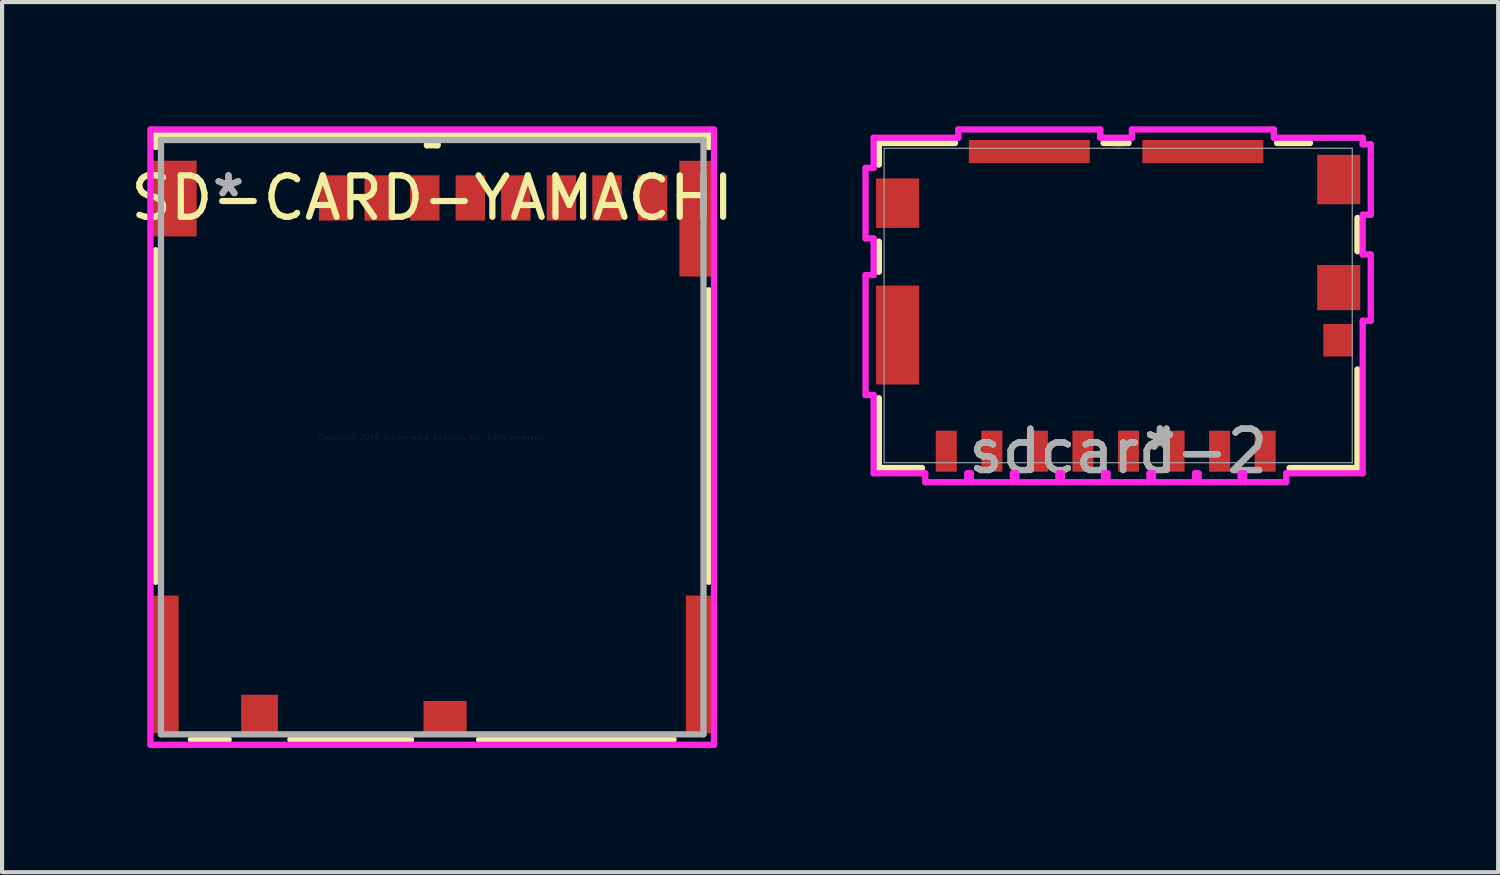
<source format=kicad_pcb>
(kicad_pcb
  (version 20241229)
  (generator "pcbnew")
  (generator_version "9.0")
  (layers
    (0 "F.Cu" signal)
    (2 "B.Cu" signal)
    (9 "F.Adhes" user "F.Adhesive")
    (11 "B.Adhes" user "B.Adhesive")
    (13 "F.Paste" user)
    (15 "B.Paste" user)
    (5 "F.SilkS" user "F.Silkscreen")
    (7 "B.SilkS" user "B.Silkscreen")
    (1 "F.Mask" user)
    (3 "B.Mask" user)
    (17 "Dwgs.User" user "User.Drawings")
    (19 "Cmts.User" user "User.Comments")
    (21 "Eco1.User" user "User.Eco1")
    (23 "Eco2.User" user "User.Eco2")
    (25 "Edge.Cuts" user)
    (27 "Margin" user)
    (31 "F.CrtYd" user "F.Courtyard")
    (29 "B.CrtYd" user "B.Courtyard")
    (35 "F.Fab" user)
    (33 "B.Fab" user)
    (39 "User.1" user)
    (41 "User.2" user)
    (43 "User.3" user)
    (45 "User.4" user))
  (footprint "SD-CARD-YAMACHI"
    (layer "F.Cu")
    (at 7.387 7.506)
    (property "Reference" "SD-CARD-YAMACHI" (at 0 -5.776 0) (layer "F.SilkS") (effects (font (size 1 1) (thickness 0.15))))
    (attr through_hole)
    (fp_line (start -6.677 -7.303) (end -6.677 -7.008) (stroke (width 0.152) (type solid)) (layer "F.SilkS"))
    (fp_line (start -6.677 -4.513) (end -6.677 3.493) (stroke (width 0.152) (type solid)) (layer "F.SilkS"))
    (fp_line (start -5.827 7.303) (end -4.915 7.303) (stroke (width 0.152) (type solid)) (layer "F.SilkS"))
    (fp_line (start -3.425 7.303) (end -0.511 7.303) (stroke (width 0.152) (type solid)) (layer "F.SilkS"))
    (fp_line (start -0.127 -7.303) (end -0.127 -7.048) (stroke (width 0.152) (type solid)) (layer "F.SilkS"))
    (fp_line (start -0.127 -7.048) (end 0.127 -7.048) (stroke (width 0.152) (type solid)) (layer "F.SilkS"))
    (fp_line (start 0.127 -7.303) (end -0.127 -7.303) (stroke (width 0.152) (type solid)) (layer "F.SilkS"))
    (fp_line (start 0.127 -7.048) (end 0.127 -7.303) (stroke (width 0.152) (type solid)) (layer "F.SilkS"))
    (fp_line (start 1.131 7.303) (end 5.827 7.303) (stroke (width 0.152) (type solid)) (layer "F.SilkS"))
    (fp_line (start 6.677 -7.303) (end -6.677 -7.303) (stroke (width 0.152) (type solid)) (layer "F.SilkS"))
    (fp_line (start 6.677 -7.005) (end 6.677 -7.303) (stroke (width 0.152) (type solid)) (layer "F.SilkS"))
    (fp_line (start 6.677 3.493) (end 6.677 -3.546) (stroke (width 0.152) (type solid)) (layer "F.SilkS"))
    (fp_line (start -6.804 -7.429) (end -6.804 7.429) (stroke (width 0.152) (type solid)) (layer "F.CrtYd"))
    (fp_line (start -6.804 7.429) (end 6.804 7.429) (stroke (width 0.152) (type solid)) (layer "F.CrtYd"))
    (fp_line (start 6.804 -7.429) (end -6.804 -7.429) (stroke (width 0.152) (type solid)) (layer "F.CrtYd"))
    (fp_line (start 6.804 7.429) (end 6.804 -7.429) (stroke (width 0.152) (type solid)) (layer "F.CrtYd"))
    (fp_line (start -6.55 -7.176) (end -6.55 7.176) (stroke (width 0.152) (type solid)) (layer "F.Fab"))
    (fp_line (start -6.55 7.176) (end 6.55 7.176) (stroke (width 0.152) (type solid)) (layer "F.Fab"))
    (fp_line (start 0 -7.176) (end 0 -7.176) (stroke (width 0.152) (type solid)) (layer "F.Fab"))
    (fp_line (start 0 -7.176) (end 0 -7.176) (stroke (width 0.152) (type solid)) (layer "F.Fab"))
    (fp_line (start 0 -7.176) (end 0 -7.176) (stroke (width 0.152) (type solid)) (layer "F.Fab"))
    (fp_line (start 0 -7.176) (end 0 -7.176) (stroke (width 0.152) (type solid)) (layer "F.Fab"))
    (fp_line (start 6.55 -7.176) (end -6.55 -7.176) (stroke (width 0.152) (type solid)) (layer "F.Fab"))
    (fp_line (start 6.55 7.176) (end 6.55 -7.176) (stroke (width 0.152) (type solid)) (layer "F.Fab"))
    (fp_text user "*" (at -4.92 -5.776 0) (layer "F.SilkS") (effects (font (size 1 1) (thickness 0.15))))
    (fp_text user "Copyright 2016 Accelerated Designs. All rights reserved." (at 0 0 0) (layer "Cmts.User") (effects (font (size 0.127 0.127) (thickness 0.002))))
    (fp_text user "*" (at -4.92 -5.776 0) (layer "F.Fab") (effects (font (size 1 1) (thickness 0.15))))
    (pad "1" smd rect (at -2.38 -5.776) (size 0.711 1.092) (layers "F.Cu" "F.Mask" "F.Paste"))
    (pad "2" smd rect (at -1.28 -5.776) (size 0.711 1.092) (layers "F.Cu" "F.Mask" "F.Paste"))
    (pad "3" smd rect (at -0.18 -5.776) (size 0.711 1.092) (layers "F.Cu" "F.Mask" "F.Paste"))
    (pad "4" smd rect (at 0.92 -5.776) (size 0.711 1.092) (layers "F.Cu" "F.Mask" "F.Paste"))
    (pad "5" smd rect (at 2.02 -5.776) (size 0.711 1.092) (layers "F.Cu" "F.Mask" "F.Paste"))
    (pad "6" smd rect (at 3.12 -5.776) (size 0.711 1.092) (layers "F.Cu" "F.Mask" "F.Paste"))
    (pad "7" smd rect (at 4.22 -5.776) (size 0.711 1.092) (layers "F.Cu" "F.Mask" "F.Paste"))
    (pad "8" smd rect (at 5.32 -5.776) (size 0.711 1.092) (layers "F.Cu" "F.Mask" "F.Paste"))
    (pad "9" smd rect (at -4.17 6.689) (size 0.889 0.94) (layers "F.Cu" "F.Mask" "F.Paste"))
    (pad "10" smd rect (at 0.31 6.764) (size 1.041 0.787) (layers "F.Cu" "F.Mask" "F.Paste"))
    (pad "11" smd rect (at -6.26 -5.761) (size 1.143 1.829) (layers "F.Cu" "F.Mask" "F.Paste"))
    (pad "12" smd rect (at 6.4 -5.276) (size 0.864 2.794) (layers "F.Cu" "F.Mask" "F.Paste"))
    (pad "13" smd rect (at -6.48 5.489) (size 0.711 3.327) (layers "F.Cu" "F.Mask" "F.Paste"))
    (pad "14" smd rect (at 6.48 5.489) (size 0.711 3.327) (layers "F.Cu" "F.Mask" "F.Paste")))
  (footprint "sdcard-2"
    (layer "F.Cu")
    (at 23.95 4.327)
    (property "Reference" "sdcard-2" (at 0 3.518 0) (unlocked yes) (layer "F.SilkS") (effects (font (size 1 1) (thickness 0.15))))
    (attr smd)
    (fp_line (start -5.779 -3.924) (end -5.779 -3.402) (stroke (width 0.152) (type solid)) (layer "F.SilkS"))
    (fp_line (start -5.779 -1.543) (end -5.779 -0.814) (stroke (width 0.152) (type solid)) (layer "F.SilkS"))
    (fp_line (start -5.779 2.239) (end -5.779 3.924) (stroke (width 0.152) (type solid)) (layer "F.SilkS"))
    (fp_line (start -5.779 3.924) (end -4.737 3.924) (stroke (width 0.152) (type solid)) (layer "F.SilkS"))
    (fp_line (start -3.938 -3.924) (end -5.779 -3.924) (stroke (width 0.152) (type solid)) (layer "F.SilkS"))
    (fp_line (start 0.127 -3.924) (end -0.127 -3.924) (stroke (width 0.152) (type solid)) (layer "F.SilkS"))
    (fp_line (start 0.252 -3.924) (end -0.352 -3.924) (stroke (width 0.152) (type solid)) (layer "F.SilkS"))
    (fp_line (start 4.137 3.924) (end 5.779 3.924) (stroke (width 0.152) (type solid)) (layer "F.SilkS"))
    (fp_line (start 4.633 -3.924) (end 3.838 -3.924) (stroke (width 0.152) (type solid)) (layer "F.SilkS"))
    (fp_line (start 5.779 -1.311) (end 5.779 -2.113) (stroke (width 0.152) (type solid)) (layer "F.SilkS"))
    (fp_line (start 5.779 3.924) (end 5.779 1.544) (stroke (width 0.152) (type solid)) (layer "F.SilkS"))
    (fp_line (start -6.1 -0.735) (end -6.1 2.161) (stroke (width 0.152) (type solid)) (layer "F.CrtYd"))
    (fp_line (start -6.1 2.161) (end -5.905 2.161) (stroke (width 0.152) (type solid)) (layer "F.CrtYd"))
    (fp_line (start -6.1 -3.323) (end -6.1 -1.621) (stroke (width 0.152) (type solid)) (layer "F.CrtYd"))
    (fp_line (start -6.1 -1.621) (end -5.905 -1.621) (stroke (width 0.152) (type solid)) (layer "F.CrtYd"))
    (fp_line (start -5.905 -4.051) (end -5.905 -3.323) (stroke (width 0.152) (type solid)) (layer "F.CrtYd"))
    (fp_line (start -5.905 -3.323) (end -6.1 -3.323) (stroke (width 0.152) (type solid)) (layer "F.CrtYd"))
    (fp_line (start -5.905 -1.621) (end -5.905 -0.735) (stroke (width 0.152) (type solid)) (layer "F.CrtYd"))
    (fp_line (start -5.905 -0.735) (end -6.1 -0.735) (stroke (width 0.152) (type solid)) (layer "F.CrtYd"))
    (fp_line (start -5.905 2.161) (end -5.905 4.051) (stroke (width 0.152) (type solid)) (layer "F.CrtYd"))
    (fp_line (start -5.905 4.051) (end -4.658 4.051) (stroke (width 0.152) (type solid)) (layer "F.CrtYd"))
    (fp_line (start -4.658 4.051) (end -4.658 4.267) (stroke (width 0.152) (type solid)) (layer "F.CrtYd"))
    (fp_line (start -4.658 4.267) (end -3.642 4.267) (stroke (width 0.152) (type solid)) (layer "F.CrtYd"))
    (fp_line (start -3.86 -4.251) (end -3.86 -4.051) (stroke (width 0.152) (type solid)) (layer "F.CrtYd"))
    (fp_line (start -3.86 -4.051) (end -5.905 -4.051) (stroke (width 0.152) (type solid)) (layer "F.CrtYd"))
    (fp_line (start -3.642 4.051) (end -3.558 4.051) (stroke (width 0.152) (type solid)) (layer "F.CrtYd"))
    (fp_line (start -3.642 4.267) (end -3.642 4.051) (stroke (width 0.152) (type solid)) (layer "F.CrtYd"))
    (fp_line (start -3.558 4.051) (end -3.558 4.267) (stroke (width 0.152) (type solid)) (layer "F.CrtYd"))
    (fp_line (start -3.558 4.267) (end -2.542 4.267) (stroke (width 0.152) (type solid)) (layer "F.CrtYd"))
    (fp_line (start -2.542 4.051) (end -2.458 4.051) (stroke (width 0.152) (type solid)) (layer "F.CrtYd"))
    (fp_line (start -2.542 4.267) (end -2.542 4.051) (stroke (width 0.152) (type solid)) (layer "F.CrtYd"))
    (fp_line (start -2.458 4.051) (end -2.458 4.267) (stroke (width 0.152) (type solid)) (layer "F.CrtYd"))
    (fp_line (start -2.458 4.267) (end -1.442 4.267) (stroke (width 0.152) (type solid)) (layer "F.CrtYd"))
    (fp_line (start -1.442 4.051) (end -1.358 4.051) (stroke (width 0.152) (type solid)) (layer "F.CrtYd"))
    (fp_line (start -1.442 4.267) (end -1.442 4.051) (stroke (width 0.152) (type solid)) (layer "F.CrtYd"))
    (fp_line (start -1.358 4.051) (end -1.358 4.267) (stroke (width 0.152) (type solid)) (layer "F.CrtYd"))
    (fp_line (start -1.358 4.267) (end -0.342 4.267) (stroke (width 0.152) (type solid)) (layer "F.CrtYd"))
    (fp_line (start -0.43 -4.251) (end -3.86 -4.251) (stroke (width 0.152) (type solid)) (layer "F.CrtYd"))
    (fp_line (start -0.43 -4.051) (end -0.43 -4.251) (stroke (width 0.152) (type solid)) (layer "F.CrtYd"))
    (fp_line (start -0.342 4.051) (end -0.258 4.051) (stroke (width 0.152) (type solid)) (layer "F.CrtYd"))
    (fp_line (start -0.342 4.267) (end -0.342 4.051) (stroke (width 0.152) (type solid)) (layer "F.CrtYd"))
    (fp_line (start -0.258 4.051) (end -0.258 4.267) (stroke (width 0.152) (type solid)) (layer "F.CrtYd"))
    (fp_line (start -0.258 4.267) (end 0.758 4.267) (stroke (width 0.152) (type solid)) (layer "F.CrtYd"))
    (fp_line (start 0.331 -4.251) (end 0.331 -4.051) (stroke (width 0.152) (type solid)) (layer "F.CrtYd"))
    (fp_line (start 0.331 -4.051) (end -0.43 -4.051) (stroke (width 0.152) (type solid)) (layer "F.CrtYd"))
    (fp_line (start 0.758 4.051) (end 0.842 4.051) (stroke (width 0.152) (type solid)) (layer "F.CrtYd"))
    (fp_line (start 0.758 4.267) (end 0.758 4.051) (stroke (width 0.152) (type solid)) (layer "F.CrtYd"))
    (fp_line (start 0.842 4.051) (end 0.842 4.267) (stroke (width 0.152) (type solid)) (layer "F.CrtYd"))
    (fp_line (start 0.842 4.267) (end 1.858 4.267) (stroke (width 0.152) (type solid)) (layer "F.CrtYd"))
    (fp_line (start 1.858 4.051) (end 1.942 4.051) (stroke (width 0.152) (type solid)) (layer "F.CrtYd"))
    (fp_line (start 1.858 4.267) (end 1.858 4.051) (stroke (width 0.152) (type solid)) (layer "F.CrtYd"))
    (fp_line (start 1.942 4.051) (end 1.942 4.267) (stroke (width 0.152) (type solid)) (layer "F.CrtYd"))
    (fp_line (start 1.942 4.267) (end 2.958 4.267) (stroke (width 0.152) (type solid)) (layer "F.CrtYd"))
    (fp_line (start 2.958 4.051) (end 3.042 4.051) (stroke (width 0.152) (type solid)) (layer "F.CrtYd"))
    (fp_line (start 2.958 4.267) (end 2.958 4.051) (stroke (width 0.152) (type solid)) (layer "F.CrtYd"))
    (fp_line (start 3.042 4.051) (end 3.042 4.267) (stroke (width 0.152) (type solid)) (layer "F.CrtYd"))
    (fp_line (start 3.042 4.267) (end 4.058 4.267) (stroke (width 0.152) (type solid)) (layer "F.CrtYd"))
    (fp_line (start 3.76 -4.251) (end 0.331 -4.251) (stroke (width 0.152) (type solid)) (layer "F.CrtYd"))
    (fp_line (start 3.76 -4.051) (end 3.76 -4.251) (stroke (width 0.152) (type solid)) (layer "F.CrtYd"))
    (fp_line (start 4.058 4.051) (end 5.905 4.051) (stroke (width 0.152) (type solid)) (layer "F.CrtYd"))
    (fp_line (start 4.058 4.267) (end 4.058 4.051) (stroke (width 0.152) (type solid)) (layer "F.CrtYd"))
    (fp_line (start 5.905 -4.051) (end 3.76 -4.051) (stroke (width 0.152) (type solid)) (layer "F.CrtYd"))
    (fp_line (start 5.905 -3.893) (end 5.905 -4.051) (stroke (width 0.152) (type solid)) (layer "F.CrtYd"))
    (fp_line (start 5.905 -2.191) (end 6.1 -2.191) (stroke (width 0.152) (type solid)) (layer "F.CrtYd"))
    (fp_line (start 5.905 -1.232) (end 5.905 -2.191) (stroke (width 0.152) (type solid)) (layer "F.CrtYd"))
    (fp_line (start 5.905 0.368) (end 6.1 0.368) (stroke (width 0.152) (type solid)) (layer "F.CrtYd"))
    (fp_line (start 5.905 4.051) (end 5.905 0.368) (stroke (width 0.152) (type solid)) (layer "F.CrtYd"))
    (fp_line (start 6.1 -3.893) (end 5.905 -3.893) (stroke (width 0.152) (type solid)) (layer "F.CrtYd"))
    (fp_line (start 6.1 -2.191) (end 6.1 -3.893) (stroke (width 0.152) (type solid)) (layer "F.CrtYd"))
    (fp_line (start 6.1 -1.232) (end 5.905 -1.232) (stroke (width 0.152) (type solid)) (layer "F.CrtYd"))
    (fp_line (start 6.1 0.368) (end 6.1 -1.232) (stroke (width 0.152) (type solid)) (layer "F.CrtYd"))
    (fp_line (start -5.652 -3.797) (end -5.652 3.797) (stroke (width 0.025) (type solid)) (layer "F.Fab"))
    (fp_line (start -5.652 3.797) (end 5.652 3.797) (stroke (width 0.025) (type solid)) (layer "F.Fab"))
    (fp_line (start 0 -3.797) (end 0 -3.797) (stroke (width 0.025) (type solid)) (layer "F.Fab"))
    (fp_line (start 0 -3.797) (end 0 -3.797) (stroke (width 0.025) (type solid)) (layer "F.Fab"))
    (fp_line (start 0 -3.797) (end 0 -3.797) (stroke (width 0.025) (type solid)) (layer "F.Fab"))
    (fp_line (start 0 -3.797) (end 0 -3.797) (stroke (width 0.025) (type solid)) (layer "F.Fab"))
    (fp_line (start 5.652 -3.797) (end -5.652 -3.797) (stroke (width 0.025) (type solid)) (layer "F.Fab"))
    (fp_line (start 5.652 3.797) (end 5.652 -3.797) (stroke (width 0.025) (type solid)) (layer "F.Fab"))
    (fp_text user "*" (at 1.01 3.518 0) (layer "F.SilkS") (effects (font (size 1 1) (thickness 0.15))))
    (fp_text user "*" (at 1.01 3.518 0) (unlocked yes) (layer "F.SilkS") (effects (font (size 1 1) (thickness 0.15))))
    (fp_text user "${REFERENCE}" (at 0 3.518 0) (unlocked yes) (layer "F.Fab") (effects (font (size 1 1) (thickness 0.15))))
    (fp_text user "*" (at 1.01 3.518 0) (unlocked yes) (layer "F.Fab") (effects (font (size 1 1) (thickness 0.15))))
    (fp_text user "*" (at 1.01 3.518 0) (layer "F.Fab") (effects (font (size 1 1) (thickness 0.15))))
    (pad "14" smd rect (at -2.145 -3.717) (size 2.921 0.559) (layers "F.Cu" "F.Mask" "F.Paste"))
    (pad "15" smd rect (at 2.045 -3.717) (size 2.921 0.559) (layers "F.Cu" "F.Mask" "F.Paste"))
    (pad "G1" smd rect (at 5.325 -0.432) (size 1.041 1.092) (layers "F.Cu" "F.Mask" "F.Paste"))
    (pad "G2" smd rect (at 5.325 -3.042) (size 1.041 1.194) (layers "F.Cu" "F.Mask" "F.Paste"))
    (pad "G3" smd rect (at -5.325 -2.472) (size 1.041 1.194) (layers "F.Cu" "F.Mask" "F.Paste"))
    (pad "G4" smd rect (at -5.325 0.713) (size 1.041 2.388) (layers "F.Cu" "F.Mask" "F.Paste"))
    (pad "P1" smd rect (at 3.55 3.518) (size 0.508 0.991) (layers "F.Cu" "F.Mask" "F.Paste"))
    (pad "P2" smd rect (at 2.45 3.518) (size 0.508 0.991) (layers "F.Cu" "F.Mask" "F.Paste"))
    (pad "P3" smd rect (at 1.35 3.518) (size 0.508 0.991) (layers "F.Cu" "F.Mask" "F.Paste"))
    (pad "P4" smd rect (at 0.25 3.518) (size 0.508 0.991) (layers "F.Cu" "F.Mask" "F.Paste"))
    (pad "P5" smd rect (at -0.85 3.518) (size 0.508 0.991) (layers "F.Cu" "F.Mask" "F.Paste"))
    (pad "P6" smd rect (at -1.95 3.518) (size 0.508 0.991) (layers "F.Cu" "F.Mask" "F.Paste"))
    (pad "P7" smd rect (at -3.05 3.518) (size 0.508 0.991) (layers "F.Cu" "F.Mask" "F.Paste"))
    (pad "P8" smd rect (at -4.15 3.518) (size 0.508 0.991) (layers "F.Cu" "F.Mask" "F.Paste"))
    (pad "P9" smd rect (at 5.31 0.838) (size 0.711 0.787) (layers "F.Cu" "F.Mask" "F.Paste")))
  (gr_rect
    (start -3 -3)
    (end 33.126 18.011)
    (stroke (width 0.1) (type default))
    (fill no)
    (layer "Edge.Cuts")))
</source>
